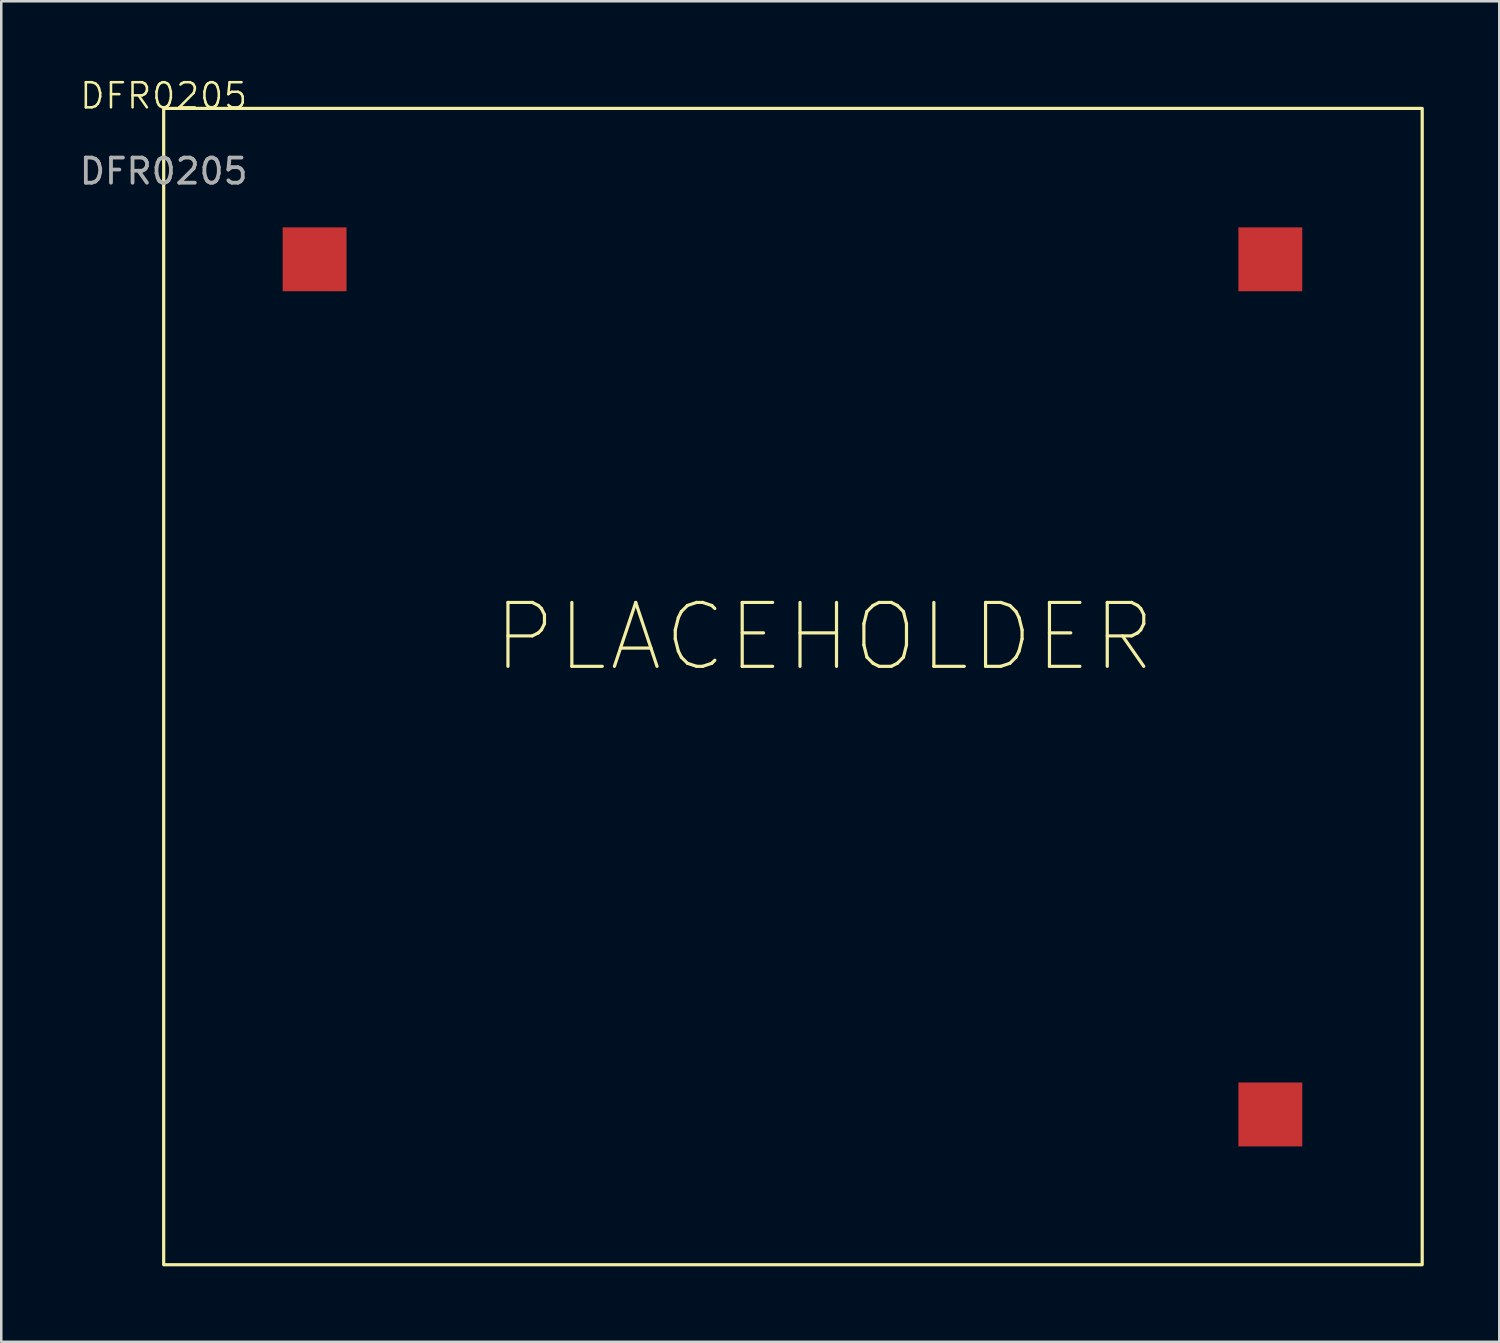
<source format=kicad_pcb>
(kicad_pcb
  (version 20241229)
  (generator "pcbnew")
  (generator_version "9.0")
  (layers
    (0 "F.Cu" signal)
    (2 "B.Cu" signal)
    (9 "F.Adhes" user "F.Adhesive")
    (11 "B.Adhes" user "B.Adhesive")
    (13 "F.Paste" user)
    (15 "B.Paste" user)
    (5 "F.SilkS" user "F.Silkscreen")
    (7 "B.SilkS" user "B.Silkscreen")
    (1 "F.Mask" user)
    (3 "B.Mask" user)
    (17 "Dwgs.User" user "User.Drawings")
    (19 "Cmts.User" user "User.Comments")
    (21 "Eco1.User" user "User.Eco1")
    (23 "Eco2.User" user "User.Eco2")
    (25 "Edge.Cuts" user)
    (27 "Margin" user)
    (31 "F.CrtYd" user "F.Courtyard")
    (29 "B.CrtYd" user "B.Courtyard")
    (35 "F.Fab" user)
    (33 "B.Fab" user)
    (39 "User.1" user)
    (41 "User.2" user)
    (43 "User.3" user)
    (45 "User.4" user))
  (footprint "DFR0205"
    (layer "F.Cu")
    (at 3.458 1.26)
    (property "Reference" "DFR0205" (at 0 -0.5 0) (unlocked yes) (layer "F.SilkS") (effects (font (size 1 1) (thickness 0.1))))
    (attr smd)
    (fp_rect (start 0 0) (end 50.038 45.974) (stroke (width 0.127) (type default)) (fill no) (layer "F.SilkS"))
    (fp_text user "PLACEHOLDER" (at 13 22.5 0) (unlocked yes) (layer "F.SilkS") (effects (font (size 2.54 2.54) (thickness 0.127)) (justify left bottom)))
    (fp_text user "${REFERENCE}" (at 0 2.5 0) (unlocked yes) (layer "F.Fab") (effects (font (size 1 1) (thickness 0.15))))
    (pad "1" smd rect (at 6 6) (size 2.54 2.54) (layers "F.Cu" "F.Mask" "F.Paste"))
    (pad "2" smd rect (at 44 6) (size 2.54 2.54) (layers "F.Cu" "F.Mask" "F.Paste"))
    (pad "3" smd rect (at 44 40) (size 2.54 2.54) (layers "F.Cu" "F.Mask" "F.Paste")))
  (gr_rect
    (start -3 -3)
    (end 56.56 50.298)
    (stroke (width 0.1) (type default))
    (fill no)
    (layer "Edge.Cuts")))
</source>
